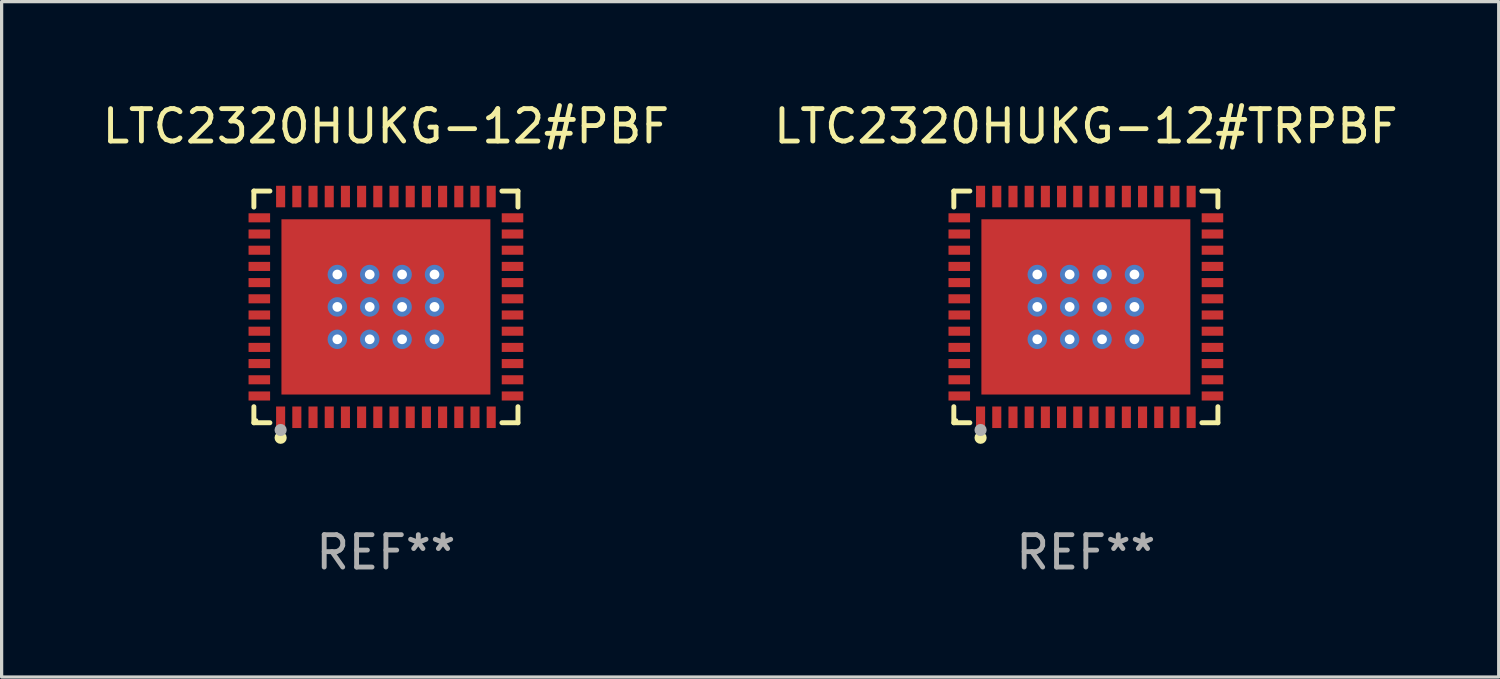
<source format=kicad_pcb>
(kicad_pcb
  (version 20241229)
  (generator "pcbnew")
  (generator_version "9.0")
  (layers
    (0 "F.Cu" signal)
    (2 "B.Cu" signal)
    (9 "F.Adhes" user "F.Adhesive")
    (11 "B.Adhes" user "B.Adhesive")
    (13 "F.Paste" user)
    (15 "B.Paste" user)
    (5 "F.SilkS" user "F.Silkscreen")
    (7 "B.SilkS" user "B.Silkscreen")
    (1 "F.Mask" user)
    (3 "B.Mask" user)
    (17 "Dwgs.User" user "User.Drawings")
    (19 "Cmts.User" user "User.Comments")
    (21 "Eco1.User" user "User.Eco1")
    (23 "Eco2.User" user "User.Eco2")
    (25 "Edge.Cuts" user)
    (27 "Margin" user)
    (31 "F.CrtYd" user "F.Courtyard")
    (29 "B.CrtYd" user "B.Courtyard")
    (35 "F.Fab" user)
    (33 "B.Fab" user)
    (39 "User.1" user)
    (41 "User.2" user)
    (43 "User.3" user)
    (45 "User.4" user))
  (footprint "LTC2320HUKG-12#PBF"
    (layer "F.Cu")
    (at 8.863 6.424)
    (property "Reference" "LTC2320HUKG-12#PBF" (at 0 -5.576 0) (layer "F.SilkS") (effects (font (size 1 1) (thickness 0.15))))
    (attr through_hole)
    (fp_line (start -4.076 -3.576) (end -3.581 -3.576) (stroke (width 0.152) (type solid)) (layer "F.SilkS"))
    (fp_line (start -4.076 -3.081) (end -4.076 -3.576) (stroke (width 0.152) (type solid)) (layer "F.SilkS"))
    (fp_line (start -4.076 3.081) (end -4.076 3.576) (stroke (width 0.152) (type solid)) (layer "F.SilkS"))
    (fp_line (start -4.076 3.576) (end -3.581 3.576) (stroke (width 0.152) (type solid)) (layer "F.SilkS"))
    (fp_line (start 4.076 -3.576) (end 3.581 -3.576) (stroke (width 0.152) (type solid)) (layer "F.SilkS"))
    (fp_line (start 4.076 -3.081) (end 4.076 -3.576) (stroke (width 0.152) (type solid)) (layer "F.SilkS"))
    (fp_line (start 4.076 3.081) (end 4.076 3.576) (stroke (width 0.152) (type solid)) (layer "F.SilkS"))
    (fp_line (start 4.076 3.576) (end 3.581 3.576) (stroke (width 0.152) (type solid)) (layer "F.SilkS"))
    (fp_circle (center -4 3.5) (end -3.97 3.5) (stroke (width 0.06) (type solid)) (fill no) (layer "F.SilkS"))
    (fp_circle (center -3.25 4.04) (end -3.156 4.04) (stroke (width 0.188) (type solid)) (fill no) (layer "F.SilkS"))
    (fp_circle (center -3.25 3.8) (end -3.156 3.8) (stroke (width 0.188) (type solid)) (fill no) (layer "F.Fab"))
    (fp_text user "REF**" (at 0 7.576 0) (layer "F.Fab") (effects (font (size 1 1) (thickness 0.15))))
    (pad "1" smd rect (at -3.25 3.407) (size 0.28 0.665) (layers "F.Cu" "F.Mask" "F.Paste"))
    (pad "2" smd rect (at -2.75 3.407) (size 0.28 0.665) (layers "F.Cu" "F.Mask" "F.Paste"))
    (pad "3" smd rect (at -2.25 3.407) (size 0.28 0.665) (layers "F.Cu" "F.Mask" "F.Paste"))
    (pad "4" smd rect (at -1.75 3.407) (size 0.28 0.665) (layers "F.Cu" "F.Mask" "F.Paste"))
    (pad "5" smd rect (at -1.25 3.407) (size 0.28 0.665) (layers "F.Cu" "F.Mask" "F.Paste"))
    (pad "6" smd rect (at -0.75 3.407) (size 0.28 0.665) (layers "F.Cu" "F.Mask" "F.Paste"))
    (pad "7" smd rect (at -0.25 3.407) (size 0.28 0.665) (layers "F.Cu" "F.Mask" "F.Paste"))
    (pad "8" smd rect (at 0.25 3.407) (size 0.28 0.665) (layers "F.Cu" "F.Mask" "F.Paste"))
    (pad "9" smd rect (at 0.75 3.407) (size 0.28 0.665) (layers "F.Cu" "F.Mask" "F.Paste"))
    (pad "10" smd rect (at 1.25 3.407) (size 0.28 0.665) (layers "F.Cu" "F.Mask" "F.Paste"))
    (pad "11" smd rect (at 1.75 3.407) (size 0.28 0.665) (layers "F.Cu" "F.Mask" "F.Paste"))
    (pad "12" smd rect (at 2.25 3.407) (size 0.28 0.665) (layers "F.Cu" "F.Mask" "F.Paste"))
    (pad "13" smd rect (at 2.75 3.407) (size 0.28 0.665) (layers "F.Cu" "F.Mask" "F.Paste"))
    (pad "14" smd rect (at 3.25 3.407) (size 0.28 0.665) (layers "F.Cu" "F.Mask" "F.Paste"))
    (pad "15" smd rect (at 3.908 2.75) (size 0.665 0.28) (layers "F.Cu" "F.Mask" "F.Paste"))
    (pad "16" smd rect (at 3.908 2.25) (size 0.665 0.28) (layers "F.Cu" "F.Mask" "F.Paste"))
    (pad "17" smd rect (at 3.908 1.75) (size 0.665 0.28) (layers "F.Cu" "F.Mask" "F.Paste"))
    (pad "18" smd rect (at 3.908 1.25) (size 0.665 0.28) (layers "F.Cu" "F.Mask" "F.Paste"))
    (pad "19" smd rect (at 3.908 0.75) (size 0.665 0.28) (layers "F.Cu" "F.Mask" "F.Paste"))
    (pad "20" smd rect (at 3.908 0.25) (size 0.665 0.28) (layers "F.Cu" "F.Mask" "F.Paste"))
    (pad "21" smd rect (at 3.908 -0.25) (size 0.665 0.28) (layers "F.Cu" "F.Mask" "F.Paste"))
    (pad "22" smd rect (at 3.908 -0.75) (size 0.665 0.28) (layers "F.Cu" "F.Mask" "F.Paste"))
    (pad "23" smd rect (at 3.908 -1.25) (size 0.665 0.28) (layers "F.Cu" "F.Mask" "F.Paste"))
    (pad "24" smd rect (at 3.908 -1.75) (size 0.665 0.28) (layers "F.Cu" "F.Mask" "F.Paste"))
    (pad "25" smd rect (at 3.908 -2.25) (size 0.665 0.28) (layers "F.Cu" "F.Mask" "F.Paste"))
    (pad "26" smd rect (at 3.908 -2.75) (size 0.665 0.28) (layers "F.Cu" "F.Mask" "F.Paste"))
    (pad "27" smd rect (at 3.25 -3.407) (size 0.28 0.665) (layers "F.Cu" "F.Mask" "F.Paste"))
    (pad "28" smd rect (at 2.75 -3.407) (size 0.28 0.665) (layers "F.Cu" "F.Mask" "F.Paste"))
    (pad "29" smd rect (at 2.25 -3.407) (size 0.28 0.665) (layers "F.Cu" "F.Mask" "F.Paste"))
    (pad "30" smd rect (at 1.75 -3.407) (size 0.28 0.665) (layers "F.Cu" "F.Mask" "F.Paste"))
    (pad "31" smd rect (at 1.25 -3.407) (size 0.28 0.665) (layers "F.Cu" "F.Mask" "F.Paste"))
    (pad "32" smd rect (at 0.75 -3.407) (size 0.28 0.665) (layers "F.Cu" "F.Mask" "F.Paste"))
    (pad "33" smd rect (at 0.25 -3.407) (size 0.28 0.665) (layers "F.Cu" "F.Mask" "F.Paste"))
    (pad "34" smd rect (at -0.25 -3.407) (size 0.28 0.665) (layers "F.Cu" "F.Mask" "F.Paste"))
    (pad "35" smd rect (at -0.75 -3.407) (size 0.28 0.665) (layers "F.Cu" "F.Mask" "F.Paste"))
    (pad "36" smd rect (at -1.25 -3.407) (size 0.28 0.665) (layers "F.Cu" "F.Mask" "F.Paste"))
    (pad "37" smd rect (at -1.75 -3.407) (size 0.28 0.665) (layers "F.Cu" "F.Mask" "F.Paste"))
    (pad "38" smd rect (at -2.25 -3.407) (size 0.28 0.665) (layers "F.Cu" "F.Mask" "F.Paste"))
    (pad "39" smd rect (at -2.75 -3.407) (size 0.28 0.665) (layers "F.Cu" "F.Mask" "F.Paste"))
    (pad "40" smd rect (at -3.25 -3.407) (size 0.28 0.665) (layers "F.Cu" "F.Mask" "F.Paste"))
    (pad "41" smd rect (at -3.908 -2.75) (size 0.665 0.28) (layers "F.Cu" "F.Mask" "F.Paste"))
    (pad "42" smd rect (at -3.908 -2.25) (size 0.665 0.28) (layers "F.Cu" "F.Mask" "F.Paste"))
    (pad "43" smd rect (at -3.908 -1.75) (size 0.665 0.28) (layers "F.Cu" "F.Mask" "F.Paste"))
    (pad "44" smd rect (at -3.908 -1.25) (size 0.665 0.28) (layers "F.Cu" "F.Mask" "F.Paste"))
    (pad "45" smd rect (at -3.908 -0.75) (size 0.665 0.28) (layers "F.Cu" "F.Mask" "F.Paste"))
    (pad "46" smd rect (at -3.908 -0.25) (size 0.665 0.28) (layers "F.Cu" "F.Mask" "F.Paste"))
    (pad "47" smd rect (at -3.908 0.25) (size 0.665 0.28) (layers "F.Cu" "F.Mask" "F.Paste"))
    (pad "48" smd rect (at -3.908 0.75) (size 0.665 0.28) (layers "F.Cu" "F.Mask" "F.Paste"))
    (pad "49" smd rect (at -3.908 1.25) (size 0.665 0.28) (layers "F.Cu" "F.Mask" "F.Paste"))
    (pad "50" smd rect (at -3.908 1.75) (size 0.665 0.28) (layers "F.Cu" "F.Mask" "F.Paste"))
    (pad "51" smd rect (at -3.908 2.25) (size 0.665 0.28) (layers "F.Cu" "F.Mask" "F.Paste"))
    (pad "52" smd rect (at -3.908 2.75) (size 0.665 0.28) (layers "F.Cu" "F.Mask" "F.Paste"))
    (pad "53" thru_hole circle (at -1.5 -1) (size 0.6 0.6) (drill 0.3) (layers "*.Cu" "*.Mask"))
    (pad "53" thru_hole circle (at -1.5 0) (size 0.6 0.6) (drill 0.3) (layers "*.Cu" "*.Mask"))
    (pad "53" thru_hole circle (at -1.5 1) (size 0.6 0.6) (drill 0.3) (layers "*.Cu" "*.Mask"))
    (pad "53" thru_hole circle (at -0.5 -1) (size 0.6 0.6) (drill 0.3) (layers "*.Cu" "*.Mask"))
    (pad "53" thru_hole circle (at -0.5 0) (size 0.6 0.6) (drill 0.3) (layers "*.Cu" "*.Mask"))
    (pad "53" thru_hole circle (at -0.5 1) (size 0.6 0.6) (drill 0.3) (layers "*.Cu" "*.Mask"))
    (pad "53" smd rect (at 0 0) (size 6.45 5.41) (layers "F.Cu" "F.Mask" "F.Paste"))
    (pad "53" thru_hole circle (at 0.5 -1) (size 0.6 0.6) (drill 0.3) (layers "*.Cu" "*.Mask"))
    (pad "53" thru_hole circle (at 0.5 0) (size 0.6 0.6) (drill 0.3) (layers "*.Cu" "*.Mask"))
    (pad "53" thru_hole circle (at 0.5 1) (size 0.6 0.6) (drill 0.3) (layers "*.Cu" "*.Mask"))
    (pad "53" thru_hole circle (at 1.5 -1) (size 0.6 0.6) (drill 0.3) (layers "*.Cu" "*.Mask"))
    (pad "53" thru_hole circle (at 1.5 0) (size 0.6 0.6) (drill 0.3) (layers "*.Cu" "*.Mask"))
    (pad "53" thru_hole circle (at 1.5 1) (size 0.6 0.6) (drill 0.3) (layers "*.Cu" "*.Mask")))
  (footprint "LTC2320HUKG-12#TRPBF"
    (layer "F.Cu")
    (at 30.47 6.424)
    (property "Reference" "LTC2320HUKG-12#TRPBF" (at 0 -5.576 0) (layer "F.SilkS") (effects (font (size 1 1) (thickness 0.15))))
    (attr through_hole)
    (fp_line (start -4.076 -3.576) (end -3.581 -3.576) (stroke (width 0.152) (type solid)) (layer "F.SilkS"))
    (fp_line (start -4.076 -3.081) (end -4.076 -3.576) (stroke (width 0.152) (type solid)) (layer "F.SilkS"))
    (fp_line (start -4.076 3.081) (end -4.076 3.576) (stroke (width 0.152) (type solid)) (layer "F.SilkS"))
    (fp_line (start -4.076 3.576) (end -3.581 3.576) (stroke (width 0.152) (type solid)) (layer "F.SilkS"))
    (fp_line (start 4.076 -3.576) (end 3.581 -3.576) (stroke (width 0.152) (type solid)) (layer "F.SilkS"))
    (fp_line (start 4.076 -3.081) (end 4.076 -3.576) (stroke (width 0.152) (type solid)) (layer "F.SilkS"))
    (fp_line (start 4.076 3.081) (end 4.076 3.576) (stroke (width 0.152) (type solid)) (layer "F.SilkS"))
    (fp_line (start 4.076 3.576) (end 3.581 3.576) (stroke (width 0.152) (type solid)) (layer "F.SilkS"))
    (fp_circle (center -4 3.5) (end -3.97 3.5) (stroke (width 0.06) (type solid)) (fill no) (layer "F.SilkS"))
    (fp_circle (center -3.25 4.04) (end -3.156 4.04) (stroke (width 0.188) (type solid)) (fill no) (layer "F.SilkS"))
    (fp_circle (center -3.25 3.8) (end -3.156 3.8) (stroke (width 0.188) (type solid)) (fill no) (layer "F.Fab"))
    (fp_text user "REF**" (at 0 7.576 0) (layer "F.Fab") (effects (font (size 1 1) (thickness 0.15))))
    (pad "1" smd rect (at -3.25 3.407) (size 0.28 0.665) (layers "F.Cu" "F.Mask" "F.Paste"))
    (pad "2" smd rect (at -2.75 3.407) (size 0.28 0.665) (layers "F.Cu" "F.Mask" "F.Paste"))
    (pad "3" smd rect (at -2.25 3.407) (size 0.28 0.665) (layers "F.Cu" "F.Mask" "F.Paste"))
    (pad "4" smd rect (at -1.75 3.407) (size 0.28 0.665) (layers "F.Cu" "F.Mask" "F.Paste"))
    (pad "5" smd rect (at -1.25 3.407) (size 0.28 0.665) (layers "F.Cu" "F.Mask" "F.Paste"))
    (pad "6" smd rect (at -0.75 3.407) (size 0.28 0.665) (layers "F.Cu" "F.Mask" "F.Paste"))
    (pad "7" smd rect (at -0.25 3.407) (size 0.28 0.665) (layers "F.Cu" "F.Mask" "F.Paste"))
    (pad "8" smd rect (at 0.25 3.407) (size 0.28 0.665) (layers "F.Cu" "F.Mask" "F.Paste"))
    (pad "9" smd rect (at 0.75 3.407) (size 0.28 0.665) (layers "F.Cu" "F.Mask" "F.Paste"))
    (pad "10" smd rect (at 1.25 3.407) (size 0.28 0.665) (layers "F.Cu" "F.Mask" "F.Paste"))
    (pad "11" smd rect (at 1.75 3.407) (size 0.28 0.665) (layers "F.Cu" "F.Mask" "F.Paste"))
    (pad "12" smd rect (at 2.25 3.407) (size 0.28 0.665) (layers "F.Cu" "F.Mask" "F.Paste"))
    (pad "13" smd rect (at 2.75 3.407) (size 0.28 0.665) (layers "F.Cu" "F.Mask" "F.Paste"))
    (pad "14" smd rect (at 3.25 3.407) (size 0.28 0.665) (layers "F.Cu" "F.Mask" "F.Paste"))
    (pad "15" smd rect (at 3.908 2.75) (size 0.665 0.28) (layers "F.Cu" "F.Mask" "F.Paste"))
    (pad "16" smd rect (at 3.908 2.25) (size 0.665 0.28) (layers "F.Cu" "F.Mask" "F.Paste"))
    (pad "17" smd rect (at 3.908 1.75) (size 0.665 0.28) (layers "F.Cu" "F.Mask" "F.Paste"))
    (pad "18" smd rect (at 3.908 1.25) (size 0.665 0.28) (layers "F.Cu" "F.Mask" "F.Paste"))
    (pad "19" smd rect (at 3.908 0.75) (size 0.665 0.28) (layers "F.Cu" "F.Mask" "F.Paste"))
    (pad "20" smd rect (at 3.908 0.25) (size 0.665 0.28) (layers "F.Cu" "F.Mask" "F.Paste"))
    (pad "21" smd rect (at 3.908 -0.25) (size 0.665 0.28) (layers "F.Cu" "F.Mask" "F.Paste"))
    (pad "22" smd rect (at 3.908 -0.75) (size 0.665 0.28) (layers "F.Cu" "F.Mask" "F.Paste"))
    (pad "23" smd rect (at 3.908 -1.25) (size 0.665 0.28) (layers "F.Cu" "F.Mask" "F.Paste"))
    (pad "24" smd rect (at 3.908 -1.75) (size 0.665 0.28) (layers "F.Cu" "F.Mask" "F.Paste"))
    (pad "25" smd rect (at 3.908 -2.25) (size 0.665 0.28) (layers "F.Cu" "F.Mask" "F.Paste"))
    (pad "26" smd rect (at 3.908 -2.75) (size 0.665 0.28) (layers "F.Cu" "F.Mask" "F.Paste"))
    (pad "27" smd rect (at 3.25 -3.407) (size 0.28 0.665) (layers "F.Cu" "F.Mask" "F.Paste"))
    (pad "28" smd rect (at 2.75 -3.407) (size 0.28 0.665) (layers "F.Cu" "F.Mask" "F.Paste"))
    (pad "29" smd rect (at 2.25 -3.407) (size 0.28 0.665) (layers "F.Cu" "F.Mask" "F.Paste"))
    (pad "30" smd rect (at 1.75 -3.407) (size 0.28 0.665) (layers "F.Cu" "F.Mask" "F.Paste"))
    (pad "31" smd rect (at 1.25 -3.407) (size 0.28 0.665) (layers "F.Cu" "F.Mask" "F.Paste"))
    (pad "32" smd rect (at 0.75 -3.407) (size 0.28 0.665) (layers "F.Cu" "F.Mask" "F.Paste"))
    (pad "33" smd rect (at 0.25 -3.407) (size 0.28 0.665) (layers "F.Cu" "F.Mask" "F.Paste"))
    (pad "34" smd rect (at -0.25 -3.407) (size 0.28 0.665) (layers "F.Cu" "F.Mask" "F.Paste"))
    (pad "35" smd rect (at -0.75 -3.407) (size 0.28 0.665) (layers "F.Cu" "F.Mask" "F.Paste"))
    (pad "36" smd rect (at -1.25 -3.407) (size 0.28 0.665) (layers "F.Cu" "F.Mask" "F.Paste"))
    (pad "37" smd rect (at -1.75 -3.407) (size 0.28 0.665) (layers "F.Cu" "F.Mask" "F.Paste"))
    (pad "38" smd rect (at -2.25 -3.407) (size 0.28 0.665) (layers "F.Cu" "F.Mask" "F.Paste"))
    (pad "39" smd rect (at -2.75 -3.407) (size 0.28 0.665) (layers "F.Cu" "F.Mask" "F.Paste"))
    (pad "40" smd rect (at -3.25 -3.407) (size 0.28 0.665) (layers "F.Cu" "F.Mask" "F.Paste"))
    (pad "41" smd rect (at -3.908 -2.75) (size 0.665 0.28) (layers "F.Cu" "F.Mask" "F.Paste"))
    (pad "42" smd rect (at -3.908 -2.25) (size 0.665 0.28) (layers "F.Cu" "F.Mask" "F.Paste"))
    (pad "43" smd rect (at -3.908 -1.75) (size 0.665 0.28) (layers "F.Cu" "F.Mask" "F.Paste"))
    (pad "44" smd rect (at -3.908 -1.25) (size 0.665 0.28) (layers "F.Cu" "F.Mask" "F.Paste"))
    (pad "45" smd rect (at -3.908 -0.75) (size 0.665 0.28) (layers "F.Cu" "F.Mask" "F.Paste"))
    (pad "46" smd rect (at -3.908 -0.25) (size 0.665 0.28) (layers "F.Cu" "F.Mask" "F.Paste"))
    (pad "47" smd rect (at -3.908 0.25) (size 0.665 0.28) (layers "F.Cu" "F.Mask" "F.Paste"))
    (pad "48" smd rect (at -3.908 0.75) (size 0.665 0.28) (layers "F.Cu" "F.Mask" "F.Paste"))
    (pad "49" smd rect (at -3.908 1.25) (size 0.665 0.28) (layers "F.Cu" "F.Mask" "F.Paste"))
    (pad "50" smd rect (at -3.908 1.75) (size 0.665 0.28) (layers "F.Cu" "F.Mask" "F.Paste"))
    (pad "51" smd rect (at -3.908 2.25) (size 0.665 0.28) (layers "F.Cu" "F.Mask" "F.Paste"))
    (pad "52" smd rect (at -3.908 2.75) (size 0.665 0.28) (layers "F.Cu" "F.Mask" "F.Paste"))
    (pad "53" thru_hole circle (at -1.5 -1) (size 0.6 0.6) (drill 0.3) (layers "*.Cu" "*.Mask"))
    (pad "53" thru_hole circle (at -1.5 0) (size 0.6 0.6) (drill 0.3) (layers "*.Cu" "*.Mask"))
    (pad "53" thru_hole circle (at -1.5 1) (size 0.6 0.6) (drill 0.3) (layers "*.Cu" "*.Mask"))
    (pad "53" thru_hole circle (at -0.5 -1) (size 0.6 0.6) (drill 0.3) (layers "*.Cu" "*.Mask"))
    (pad "53" thru_hole circle (at -0.5 0) (size 0.6 0.6) (drill 0.3) (layers "*.Cu" "*.Mask"))
    (pad "53" thru_hole circle (at -0.5 1) (size 0.6 0.6) (drill 0.3) (layers "*.Cu" "*.Mask"))
    (pad "53" smd rect (at 0 0) (size 6.45 5.41) (layers "F.Cu" "F.Mask" "F.Paste"))
    (pad "53" thru_hole circle (at 0.5 -1) (size 0.6 0.6) (drill 0.3) (layers "*.Cu" "*.Mask"))
    (pad "53" thru_hole circle (at 0.5 0) (size 0.6 0.6) (drill 0.3) (layers "*.Cu" "*.Mask"))
    (pad "53" thru_hole circle (at 0.5 1) (size 0.6 0.6) (drill 0.3) (layers "*.Cu" "*.Mask"))
    (pad "53" thru_hole circle (at 1.5 -1) (size 0.6 0.6) (drill 0.3) (layers "*.Cu" "*.Mask"))
    (pad "53" thru_hole circle (at 1.5 0) (size 0.6 0.6) (drill 0.3) (layers "*.Cu" "*.Mask"))
    (pad "53" thru_hole circle (at 1.5 1) (size 0.6 0.6) (drill 0.3) (layers "*.Cu" "*.Mask")))
  (gr_rect
    (start -3 -3)
    (end 43.214 17.849)
    (stroke (width 0.1) (type default))
    (fill no)
    (layer "Edge.Cuts")))
</source>
